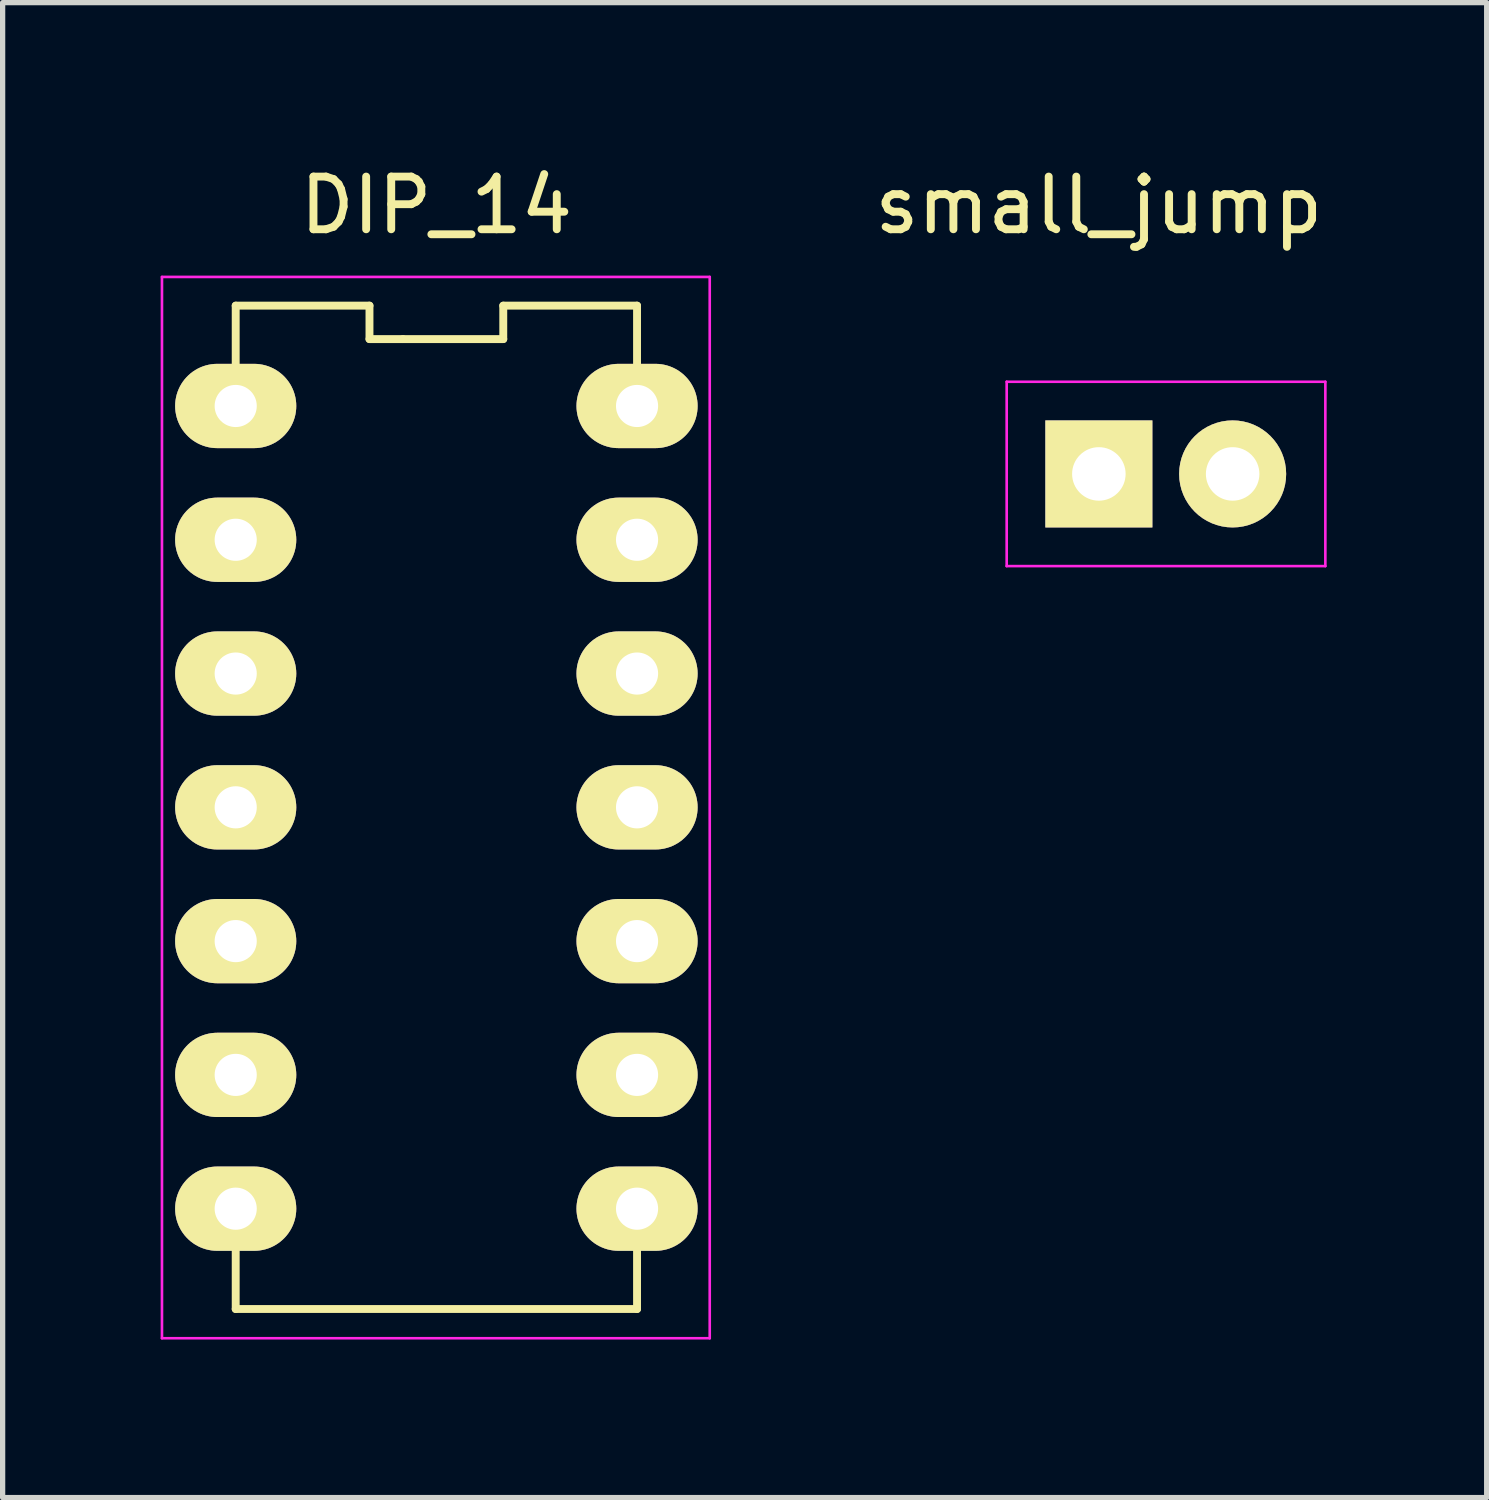
<source format=kicad_pcb>
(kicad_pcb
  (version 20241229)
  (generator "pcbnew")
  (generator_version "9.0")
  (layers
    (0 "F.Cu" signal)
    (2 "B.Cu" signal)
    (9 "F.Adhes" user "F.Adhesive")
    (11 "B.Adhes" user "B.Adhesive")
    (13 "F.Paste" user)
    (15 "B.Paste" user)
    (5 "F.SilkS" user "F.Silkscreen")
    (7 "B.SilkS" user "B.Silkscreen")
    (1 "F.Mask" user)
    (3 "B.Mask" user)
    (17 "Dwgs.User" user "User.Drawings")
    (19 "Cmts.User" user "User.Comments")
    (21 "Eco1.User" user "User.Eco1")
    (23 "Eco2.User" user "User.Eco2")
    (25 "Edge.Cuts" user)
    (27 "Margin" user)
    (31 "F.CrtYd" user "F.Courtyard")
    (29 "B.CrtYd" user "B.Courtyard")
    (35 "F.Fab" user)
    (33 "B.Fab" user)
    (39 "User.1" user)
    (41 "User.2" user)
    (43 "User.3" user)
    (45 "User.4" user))
  (footprint "small_jump"
    (layer "F.Cu")
    (at 17.813 5.948)
    (property "Reference" "small_jump" (at 0 -5.1 0) (layer "F.SilkS") (effects (font (size 1 1) (thickness 0.15))))
    (attr through_hole)
    (fp_line (start -1.75 -1.75) (end -1.75 1.75) (stroke (width 0.05) (type solid)) (layer "F.CrtYd"))
    (fp_line (start -1.75 -1.75) (end 4.3 -1.75) (stroke (width 0.05) (type solid)) (layer "F.CrtYd"))
    (fp_line (start -1.75 1.75) (end 4.3 1.75) (stroke (width 0.05) (type solid)) (layer "F.CrtYd"))
    (fp_line (start 4.3 -1.75) (end 4.3 1.75) (stroke (width 0.05) (type solid)) (layer "F.CrtYd"))
    (pad "1" thru_hole rect (at 0 0) (size 2.032 2.032) (drill 1.016) (layers "*.Cu" "*.Mask" "F.SilkS"))
    (pad "2" thru_hole oval (at 2.54 0) (size 2.032 2.032) (drill 1.016) (layers "*.Cu" "*.Mask" "F.SilkS")))
  (footprint "DIP_14"
    (layer "F.Cu")
    (at 1.425 4.658)
    (property "Reference" "DIP_14" (at 3.81 -3.81 0) (layer "F.SilkS") (effects (font (size 1 1) (thickness 0.15))))
    (attr through_hole)
    (fp_line (start 0 -0.635) (end 0 -1.905) (stroke (width 0.15) (type solid)) (layer "F.SilkS"))
    (fp_line (start 0 15.875) (end 0 17.145) (stroke (width 0.15) (type solid)) (layer "F.SilkS"))
    (fp_line (start 0 17.145) (end 7.62 17.145) (stroke (width 0.15) (type solid)) (layer "F.SilkS"))
    (fp_line (start 2.54 -1.905) (end 0 -1.905) (stroke (width 0.15) (type solid)) (layer "F.SilkS"))
    (fp_line (start 2.54 -1.905) (end 2.54 -1.27) (stroke (width 0.15) (type solid)) (layer "F.SilkS"))
    (fp_line (start 2.54 -1.27) (end 3.175 -1.27) (stroke (width 0.15) (type solid)) (layer "F.SilkS"))
    (fp_line (start 3.175 -1.27) (end 5.08 -1.27) (stroke (width 0.15) (type solid)) (layer "F.SilkS"))
    (fp_line (start 5.08 -1.905) (end 7.62 -1.905) (stroke (width 0.15) (type solid)) (layer "F.SilkS"))
    (fp_line (start 5.08 -1.27) (end 5.08 -1.905) (stroke (width 0.15) (type solid)) (layer "F.SilkS"))
    (fp_line (start 7.62 -1.905) (end 7.62 -0.635) (stroke (width 0.15) (type solid)) (layer "F.SilkS"))
    (fp_line (start 7.62 17.145) (end 7.62 15.875) (stroke (width 0.15) (type solid)) (layer "F.SilkS"))
    (fp_line (start -1.4 -2.45) (end -1.4 17.7) (stroke (width 0.05) (type solid)) (layer "F.CrtYd"))
    (fp_line (start -1.4 -2.45) (end 9 -2.45) (stroke (width 0.05) (type solid)) (layer "F.CrtYd"))
    (fp_line (start -1.4 17.7) (end 9 17.7) (stroke (width 0.05) (type solid)) (layer "F.CrtYd"))
    (fp_line (start 9 -2.45) (end 9 17.7) (stroke (width 0.05) (type solid)) (layer "F.CrtYd"))
    (pad "1" thru_hole oval (at 0 0) (size 2.3 1.6) (drill 0.8) (layers "*.Cu" "*.Mask" "F.SilkS"))
    (pad "2" thru_hole oval (at 0 2.54) (size 2.3 1.6) (drill 0.8) (layers "*.Cu" "*.Mask" "F.SilkS"))
    (pad "3" thru_hole oval (at 0 5.08) (size 2.3 1.6) (drill 0.8) (layers "*.Cu" "*.Mask" "F.SilkS"))
    (pad "4" thru_hole oval (at 0 7.62) (size 2.3 1.6) (drill 0.8) (layers "*.Cu" "*.Mask" "F.SilkS"))
    (pad "5" thru_hole oval (at 0 10.16) (size 2.3 1.6) (drill 0.8) (layers "*.Cu" "*.Mask" "F.SilkS"))
    (pad "6" thru_hole oval (at 0 12.7) (size 2.3 1.6) (drill 0.8) (layers "*.Cu" "*.Mask" "F.SilkS"))
    (pad "7" thru_hole oval (at 0 15.24) (size 2.3 1.6) (drill 0.8) (layers "*.Cu" "*.Mask" "F.SilkS"))
    (pad "8" thru_hole oval (at 7.62 15.24) (size 2.3 1.6) (drill 0.8) (layers "*.Cu" "*.Mask" "F.SilkS"))
    (pad "9" thru_hole oval (at 7.62 12.7) (size 2.3 1.6) (drill 0.8) (layers "*.Cu" "*.Mask" "F.SilkS"))
    (pad "10" thru_hole oval (at 7.62 10.16) (size 2.3 1.6) (drill 0.8) (layers "*.Cu" "*.Mask" "F.SilkS"))
    (pad "11" thru_hole oval (at 7.62 7.62) (size 2.3 1.6) (drill 0.8) (layers "*.Cu" "*.Mask" "F.SilkS"))
    (pad "12" thru_hole oval (at 7.62 5.08) (size 2.3 1.6) (drill 0.8) (layers "*.Cu" "*.Mask" "F.SilkS"))
    (pad "13" thru_hole oval (at 7.62 2.54) (size 2.3 1.6) (drill 0.8) (layers "*.Cu" "*.Mask" "F.SilkS"))
    (pad "14" thru_hole oval (at 7.62 0) (size 2.3 1.6) (drill 0.8) (layers "*.Cu" "*.Mask" "F.SilkS")))
  (gr_rect
    (start -3 -3)
    (end 25.176 25.383)
    (stroke (width 0.1) (type default))
    (fill no)
    (layer "Edge.Cuts")))
</source>
